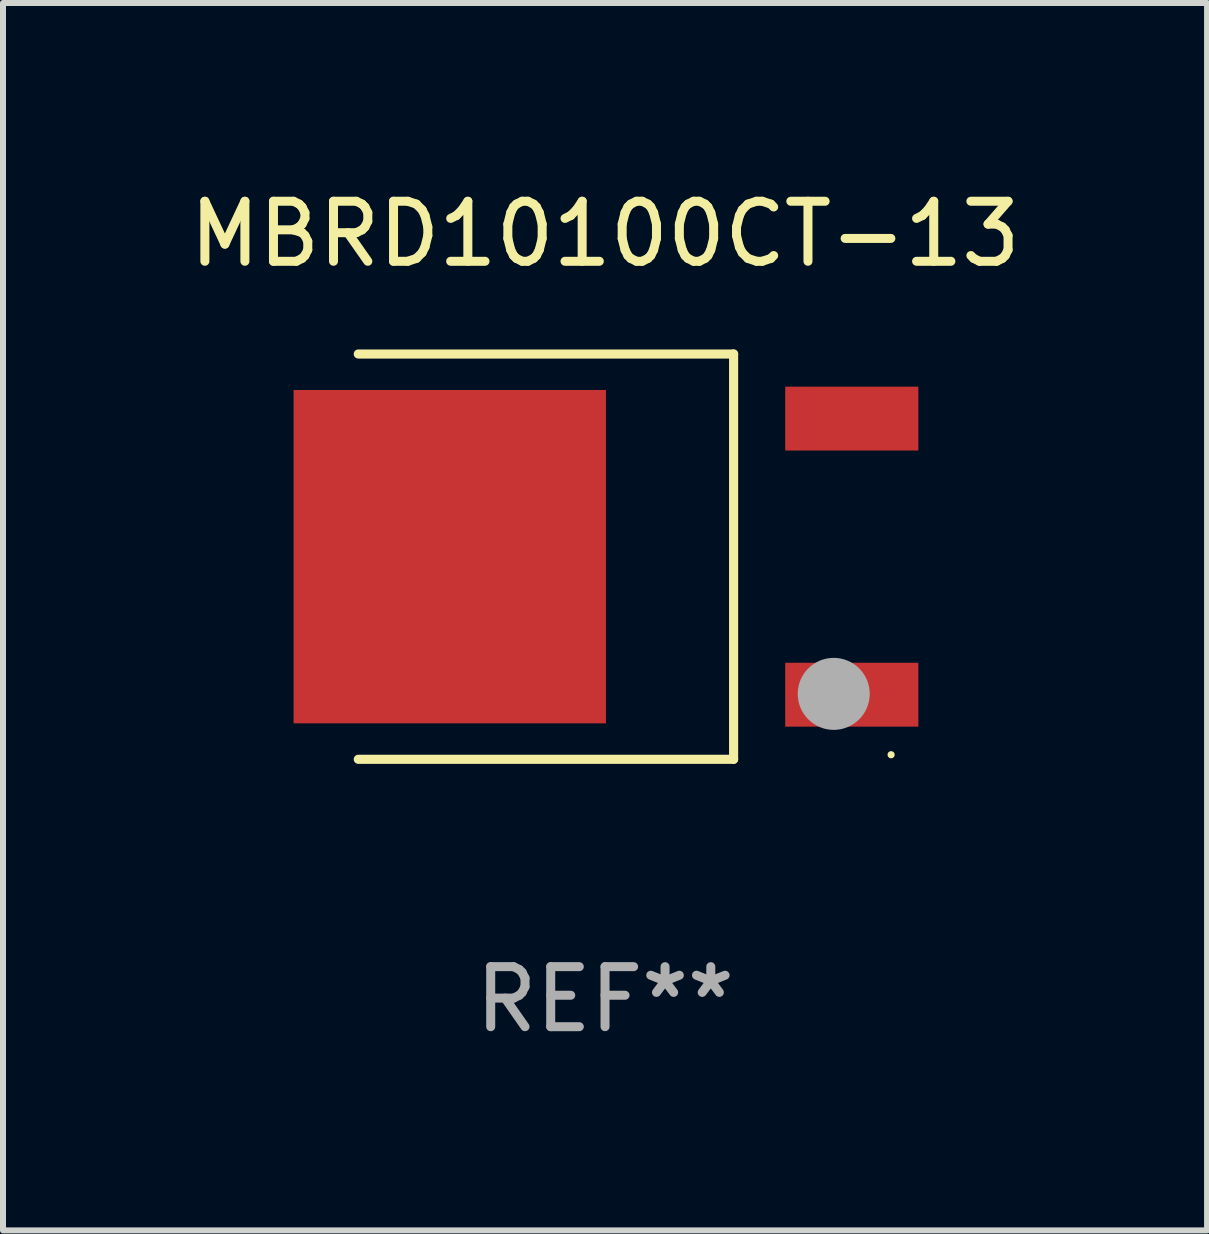
<source format=kicad_pcb>
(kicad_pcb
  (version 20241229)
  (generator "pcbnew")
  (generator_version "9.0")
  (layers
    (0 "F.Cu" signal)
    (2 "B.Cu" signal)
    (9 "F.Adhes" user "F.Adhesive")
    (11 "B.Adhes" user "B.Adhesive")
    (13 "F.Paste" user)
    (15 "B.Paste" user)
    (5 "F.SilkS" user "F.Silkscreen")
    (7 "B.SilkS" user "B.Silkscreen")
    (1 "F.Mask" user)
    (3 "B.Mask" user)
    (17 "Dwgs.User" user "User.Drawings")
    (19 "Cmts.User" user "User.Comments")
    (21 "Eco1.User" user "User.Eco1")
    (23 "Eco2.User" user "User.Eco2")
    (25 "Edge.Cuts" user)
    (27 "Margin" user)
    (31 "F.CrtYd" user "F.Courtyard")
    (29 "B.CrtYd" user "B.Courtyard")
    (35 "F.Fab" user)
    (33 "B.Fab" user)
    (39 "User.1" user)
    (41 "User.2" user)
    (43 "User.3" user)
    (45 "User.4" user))
  (footprint "MBRD10100CT-13"
    (layer "F.Cu")
    (at 7.03 6.224)
    (property "Reference" "MBRD10100CT-13" (at 0 -5.376 0) (layer "F.SilkS") (effects (font (size 1 1) (thickness 0.15))))
    (attr through_hole)
    (fp_line (start -4.111 -3.376) (end 2.142 -3.376) (stroke (width 0.152) (type solid)) (layer "F.SilkS"))
    (fp_line (start -4.111 3.376) (end 2.142 3.376) (stroke (width 0.152) (type solid)) (layer "F.SilkS"))
    (fp_line (start 2.142 3.376) (end 2.142 -3.376) (stroke (width 0.152) (type solid)) (layer "F.SilkS"))
    (fp_circle (center 4.766 3.3) (end 4.796 3.3) (stroke (width 0.06) (type solid)) (fill no) (layer "F.SilkS"))
    (fp_circle (center 3.81 2.286) (end 4.11 2.286) (stroke (width 0.6) (type solid)) (fill no) (layer "F.Fab"))
    (fp_text user "REF**" (at 0 7.376 0) (layer "F.Fab") (effects (font (size 1 1) (thickness 0.15))))
    (pad "1" smd rect (at 4.111 2.3) (size 2.218 1.064) (layers "F.Cu" "F.Mask" "F.Paste"))
    (pad "2" smd rect (at -2.587 0) (size 5.204 5.554) (layers "F.Cu" "F.Mask" "F.Paste"))
    (pad "3" smd rect (at 4.111 -2.3) (size 2.218 1.064) (layers "F.Cu" "F.Mask" "F.Paste")))
  (gr_rect
    (start -3 -3)
    (end 17.06 17.449)
    (stroke (width 0.1) (type default))
    (fill no)
    (layer "Edge.Cuts")))
</source>
